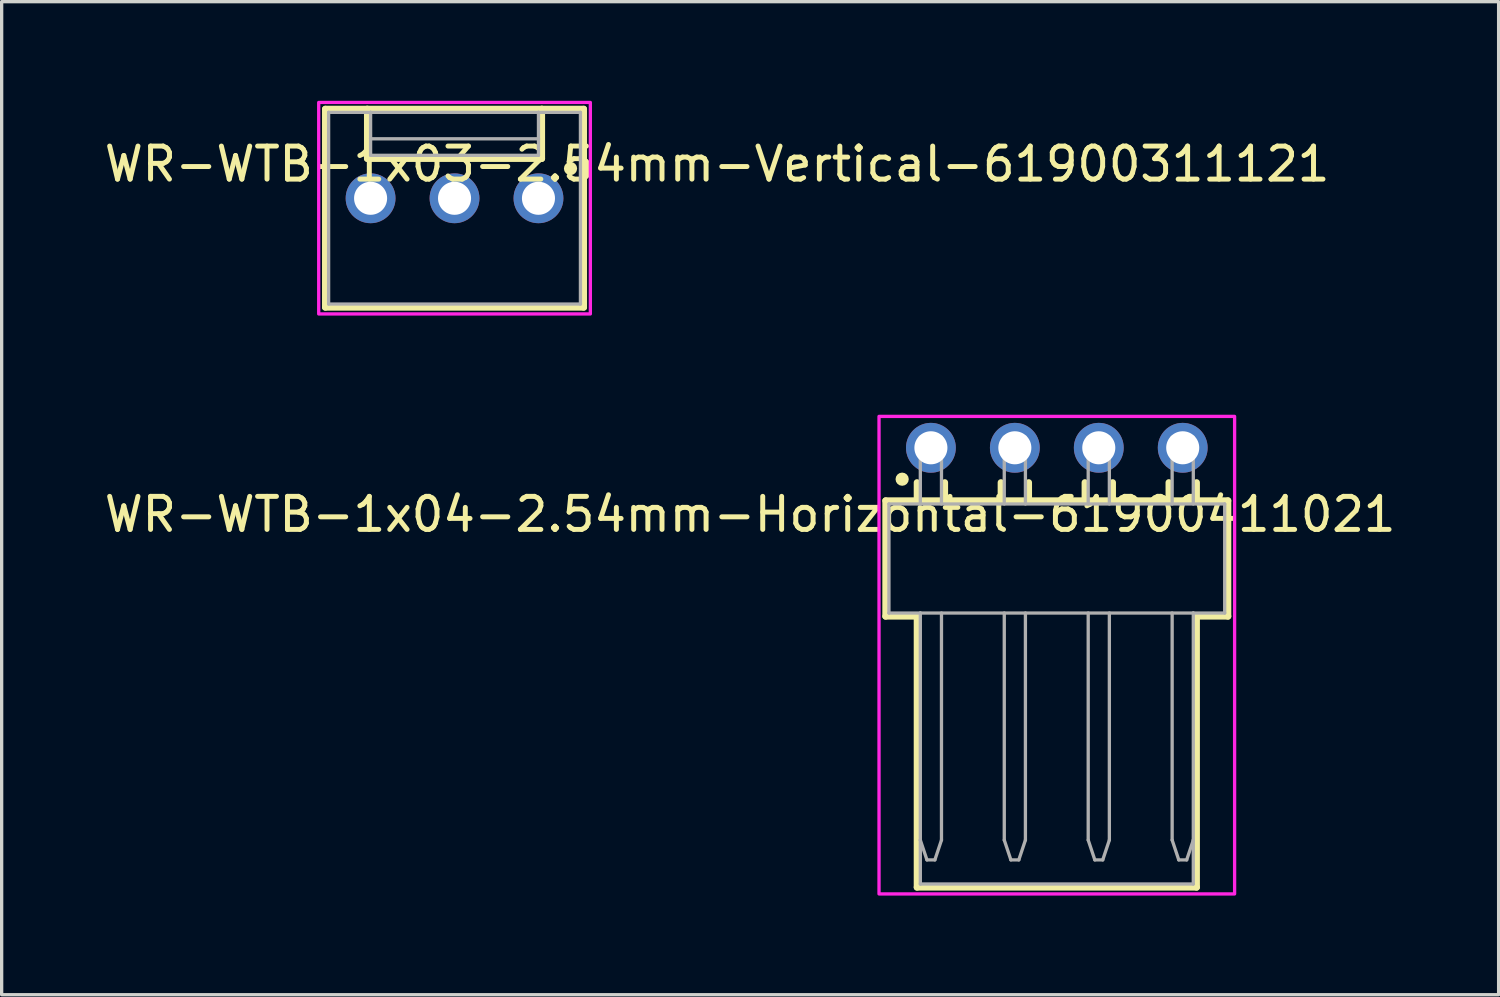
<source format=kicad_pcb>
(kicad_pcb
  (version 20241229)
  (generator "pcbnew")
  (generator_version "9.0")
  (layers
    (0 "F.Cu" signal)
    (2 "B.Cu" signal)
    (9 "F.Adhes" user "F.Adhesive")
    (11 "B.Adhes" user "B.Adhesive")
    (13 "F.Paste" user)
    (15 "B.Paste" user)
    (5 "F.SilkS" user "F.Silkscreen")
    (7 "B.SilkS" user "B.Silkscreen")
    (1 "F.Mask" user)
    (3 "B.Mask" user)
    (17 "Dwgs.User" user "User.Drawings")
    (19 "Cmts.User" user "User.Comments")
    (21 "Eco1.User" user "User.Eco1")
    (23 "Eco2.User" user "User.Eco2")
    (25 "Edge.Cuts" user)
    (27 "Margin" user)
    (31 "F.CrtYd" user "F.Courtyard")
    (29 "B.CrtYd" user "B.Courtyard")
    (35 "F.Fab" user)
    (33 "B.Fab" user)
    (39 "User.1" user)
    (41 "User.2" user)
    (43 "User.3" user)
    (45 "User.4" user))
  (footprint "WR-WTB-1x04-2.54mm-Horizontal-61900411021"
    (layer "F.Cu")
    (at 28.929 13.85)
    (property "Reference" "WR-WTB-1x04-2.54mm-Horizontal-61900411021" (at -9.28 -1.335 0) (layer "F.SilkS") (effects (font (size 1 1) (thickness 0.15))))
    (attr through_hole)
    (fp_line (start -5.18 -1.75) (end -4.23 -1.75) (stroke (width 0.2) (type solid)) (layer "F.SilkS"))
    (fp_line (start -5.18 1.75) (end -5.18 -1.75) (stroke (width 0.2) (type solid)) (layer "F.SilkS"))
    (fp_line (start -4.23 -2.3) (end -4.23 -1.75) (stroke (width 0.2) (type solid)) (layer "F.SilkS"))
    (fp_line (start -4.23 -1.75) (end -3.39 -1.75) (stroke (width 0.2) (type solid)) (layer "F.SilkS"))
    (fp_line (start -4.23 1.75) (end -5.18 1.75) (stroke (width 0.2) (type solid)) (layer "F.SilkS"))
    (fp_line (start -4.23 9.95) (end -4.23 1.75) (stroke (width 0.2) (type solid)) (layer "F.SilkS"))
    (fp_line (start -3.39 -2.3) (end -3.39 -1.75) (stroke (width 0.2) (type solid)) (layer "F.SilkS"))
    (fp_line (start -3.39 -1.75) (end 5.18 -1.75) (stroke (width 0.2) (type solid)) (layer "F.SilkS"))
    (fp_line (start -1.69 -2.3) (end -1.69 -1.75) (stroke (width 0.2) (type solid)) (layer "F.SilkS"))
    (fp_line (start -0.85 -2.3) (end -0.85 -1.75) (stroke (width 0.2) (type solid)) (layer "F.SilkS"))
    (fp_line (start 0.85 -2.3) (end 0.85 -1.75) (stroke (width 0.2) (type solid)) (layer "F.SilkS"))
    (fp_line (start 1.69 -2.3) (end 1.69 -1.75) (stroke (width 0.2) (type solid)) (layer "F.SilkS"))
    (fp_line (start 3.39 -2.3) (end 3.39 -1.75) (stroke (width 0.2) (type solid)) (layer "F.SilkS"))
    (fp_line (start 4.23 -2.3) (end 4.23 -1.75) (stroke (width 0.2) (type solid)) (layer "F.SilkS"))
    (fp_line (start 4.23 1.75) (end 4.23 9.95) (stroke (width 0.2) (type solid)) (layer "F.SilkS"))
    (fp_line (start 4.23 9.95) (end -4.23 9.95) (stroke (width 0.2) (type solid)) (layer "F.SilkS"))
    (fp_line (start 5.18 -1.75) (end 5.18 1.75) (stroke (width 0.2) (type solid)) (layer "F.SilkS"))
    (fp_line (start 5.18 1.75) (end 4.23 1.75) (stroke (width 0.2) (type solid)) (layer "F.SilkS"))
    (fp_circle (center -4.68 -2.4) (end -4.58 -2.4) (stroke (width 0.2) (type solid)) (fill no) (layer "F.SilkS"))
    (fp_poly (pts (xy -5.38 -4.3) (xy 5.38 -4.3) (xy 5.38 10.15) (xy -5.38 10.15)) (stroke (width 0.1) (type solid)) (fill no) (layer "F.CrtYd"))
    (fp_line (start -5.08 -1.65) (end 5.08 -1.65) (stroke (width 0.1) (type solid)) (layer "F.Fab"))
    (fp_line (start -5.08 1.65) (end -5.08 -1.65) (stroke (width 0.1) (type solid)) (layer "F.Fab"))
    (fp_line (start -5.08 1.65) (end -4.13 1.65) (stroke (width 0.1) (type solid)) (layer "F.Fab"))
    (fp_line (start -4.13 -3.67) (end -4.13 -1.65) (stroke (width 0.1) (type solid)) (layer "F.Fab"))
    (fp_line (start -4.13 -3.67) (end -3.49 -3.67) (stroke (width 0.1) (type solid)) (layer "F.Fab"))
    (fp_line (start -4.13 1.65) (end -4.13 8.52) (stroke (width 0.1) (type solid)) (layer "F.Fab"))
    (fp_line (start -4.13 1.65) (end 4.13 1.65) (stroke (width 0.1) (type solid)) (layer "F.Fab"))
    (fp_line (start -4.13 8.52) (end -3.93 9.12) (stroke (width 0.1) (type solid)) (layer "F.Fab"))
    (fp_line (start -4.13 9.85) (end -4.13 8.52) (stroke (width 0.1) (type solid)) (layer "F.Fab"))
    (fp_line (start -3.93 9.12) (end -3.69 9.12) (stroke (width 0.1) (type solid)) (layer "F.Fab"))
    (fp_line (start -3.69 9.12) (end -3.49 8.52) (stroke (width 0.1) (type solid)) (layer "F.Fab"))
    (fp_line (start -3.49 -3.67) (end -3.49 -1.65) (stroke (width 0.1) (type solid)) (layer "F.Fab"))
    (fp_line (start -3.49 8.52) (end -3.49 1.65) (stroke (width 0.1) (type solid)) (layer "F.Fab"))
    (fp_line (start -1.59 -3.67) (end -1.59 -1.65) (stroke (width 0.1) (type solid)) (layer "F.Fab"))
    (fp_line (start -1.59 -3.67) (end -0.95 -3.67) (stroke (width 0.1) (type solid)) (layer "F.Fab"))
    (fp_line (start -1.59 1.65) (end -1.59 8.52) (stroke (width 0.1) (type solid)) (layer "F.Fab"))
    (fp_line (start -1.59 8.52) (end -1.39 9.12) (stroke (width 0.1) (type solid)) (layer "F.Fab"))
    (fp_line (start -1.39 9.12) (end -1.15 9.12) (stroke (width 0.1) (type solid)) (layer "F.Fab"))
    (fp_line (start -1.15 9.12) (end -0.95 8.52) (stroke (width 0.1) (type solid)) (layer "F.Fab"))
    (fp_line (start -0.95 -3.67) (end -0.95 -1.65) (stroke (width 0.1) (type solid)) (layer "F.Fab"))
    (fp_line (start -0.95 8.52) (end -0.95 1.65) (stroke (width 0.1) (type solid)) (layer "F.Fab"))
    (fp_line (start 0.95 -3.67) (end 0.95 -1.65) (stroke (width 0.1) (type solid)) (layer "F.Fab"))
    (fp_line (start 0.95 -3.67) (end 1.59 -3.67) (stroke (width 0.1) (type solid)) (layer "F.Fab"))
    (fp_line (start 0.95 1.65) (end 0.95 8.52) (stroke (width 0.1) (type solid)) (layer "F.Fab"))
    (fp_line (start 0.95 8.52) (end 1.15 9.12) (stroke (width 0.1) (type solid)) (layer "F.Fab"))
    (fp_line (start 1.15 9.12) (end 1.39 9.12) (stroke (width 0.1) (type solid)) (layer "F.Fab"))
    (fp_line (start 1.39 9.12) (end 1.59 8.52) (stroke (width 0.1) (type solid)) (layer "F.Fab"))
    (fp_line (start 1.59 -3.67) (end 1.59 -1.65) (stroke (width 0.1) (type solid)) (layer "F.Fab"))
    (fp_line (start 1.59 8.52) (end 1.59 1.65) (stroke (width 0.1) (type solid)) (layer "F.Fab"))
    (fp_line (start 3.49 -3.67) (end 3.49 -1.65) (stroke (width 0.1) (type solid)) (layer "F.Fab"))
    (fp_line (start 3.49 -3.67) (end 4.13 -3.67) (stroke (width 0.1) (type solid)) (layer "F.Fab"))
    (fp_line (start 3.49 1.65) (end 3.49 8.52) (stroke (width 0.1) (type solid)) (layer "F.Fab"))
    (fp_line (start 3.49 8.52) (end 3.69 9.12) (stroke (width 0.1) (type solid)) (layer "F.Fab"))
    (fp_line (start 3.69 9.12) (end 3.93 9.12) (stroke (width 0.1) (type solid)) (layer "F.Fab"))
    (fp_line (start 3.93 9.12) (end 4.13 8.52) (stroke (width 0.1) (type solid)) (layer "F.Fab"))
    (fp_line (start 4.13 -3.67) (end 4.13 -1.65) (stroke (width 0.1) (type solid)) (layer "F.Fab"))
    (fp_line (start 4.13 1.65) (end 5.08 1.65) (stroke (width 0.1) (type solid)) (layer "F.Fab"))
    (fp_line (start 4.13 8.52) (end 4.13 1.65) (stroke (width 0.1) (type solid)) (layer "F.Fab"))
    (fp_line (start 4.13 9.85) (end -4.13 9.85) (stroke (width 0.1) (type solid)) (layer "F.Fab"))
    (fp_line (start 4.13 9.85) (end 4.13 8.52) (stroke (width 0.1) (type solid)) (layer "F.Fab"))
    (fp_line (start 5.08 -1.65) (end 5.08 1.65) (stroke (width 0.1) (type solid)) (layer "F.Fab"))
    (pad "1" thru_hole circle (at -3.81 -3.35) (size 1.508 1.508) (drill 1) (layers "*.Cu" "*.Mask"))
    (pad "2" thru_hole circle (at -1.27 -3.35) (size 1.508 1.508) (drill 1) (layers "*.Cu" "*.Mask"))
    (pad "3" thru_hole circle (at 1.27 -3.35) (size 1.508 1.508) (drill 1) (layers "*.Cu" "*.Mask"))
    (pad "4" thru_hole circle (at 3.81 -3.35) (size 1.508 1.508) (drill 1) (layers "*.Cu" "*.Mask")))
  (footprint "WR-WTB-1x03-2.54mm-Vertical-61900311121"
    (layer "F.Cu")
    (at 10.704 3.25)
    (property "Reference" "WR-WTB-1x03-2.54mm-Vertical-61900311121" (at 7.945 -1.335 0) (layer "F.SilkS") (effects (font (size 1 1) (thickness 0.15))))
    (attr through_hole)
    (fp_line (start -3.91 -3) (end -2.64 -3) (stroke (width 0.2) (type solid)) (layer "F.SilkS"))
    (fp_line (start -3.91 3) (end -3.91 -3) (stroke (width 0.2) (type solid)) (layer "F.SilkS"))
    (fp_line (start -2.64 -3) (end -2.64 -1.5) (stroke (width 0.2) (type solid)) (layer "F.SilkS"))
    (fp_line (start -2.64 -3) (end 2.64 -3) (stroke (width 0.2) (type solid)) (layer "F.SilkS"))
    (fp_line (start -2.64 -1.5) (end 2.64 -1.5) (stroke (width 0.2) (type solid)) (layer "F.SilkS"))
    (fp_line (start 2.64 -3) (end 3.91 -3) (stroke (width 0.2) (type solid)) (layer "F.SilkS"))
    (fp_line (start 2.64 -1.5) (end 2.64 -3) (stroke (width 0.2) (type solid)) (layer "F.SilkS"))
    (fp_line (start 3.91 -3) (end 3.91 3) (stroke (width 0.2) (type solid)) (layer "F.SilkS"))
    (fp_line (start 3.91 3) (end -3.91 3) (stroke (width 0.2) (type solid)) (layer "F.SilkS"))
    (fp_circle (center 3.51 -1.2) (end 3.61 -1.2) (stroke (width 0.2) (type solid)) (fill no) (layer "F.SilkS"))
    (fp_poly (pts (xy -4.11 -3.2) (xy 4.11 -3.2) (xy 4.11 3.2) (xy -4.11 3.2)) (stroke (width 0.1) (type solid)) (fill no) (layer "F.CrtYd"))
    (fp_line (start -3.81 -2.9) (end -2.54 -2.9) (stroke (width 0.1) (type solid)) (layer "F.Fab"))
    (fp_line (start -3.81 2.9) (end -3.81 -2.9) (stroke (width 0.1) (type solid)) (layer "F.Fab"))
    (fp_line (start -2.54 -2.9) (end -2.54 -2.1) (stroke (width 0.1) (type solid)) (layer "F.Fab"))
    (fp_line (start -2.54 -2.9) (end 2.54 -2.9) (stroke (width 0.1) (type solid)) (layer "F.Fab"))
    (fp_line (start -2.54 -2.1) (end 2.54 -2.1) (stroke (width 0.1) (type solid)) (layer "F.Fab"))
    (fp_line (start -2.54 -1.6) (end -2.54 -2.1) (stroke (width 0.1) (type solid)) (layer "F.Fab"))
    (fp_line (start 2.54 -2.9) (end 3.81 -2.9) (stroke (width 0.1) (type solid)) (layer "F.Fab"))
    (fp_line (start 2.54 -2.1) (end 2.54 -2.9) (stroke (width 0.1) (type solid)) (layer "F.Fab"))
    (fp_line (start 2.54 -1.6) (end -2.54 -1.6) (stroke (width 0.1) (type solid)) (layer "F.Fab"))
    (fp_line (start 2.54 -1.6) (end 2.54 -2.1) (stroke (width 0.1) (type solid)) (layer "F.Fab"))
    (fp_line (start 3.81 -2.9) (end 3.81 2.9) (stroke (width 0.1) (type solid)) (layer "F.Fab"))
    (fp_line (start 3.81 2.9) (end -3.81 2.9) (stroke (width 0.1) (type solid)) (layer "F.Fab"))
    (pad "1" thru_hole circle (at 2.54 -0.3) (size 1.508 1.508) (drill 1) (layers "*.Cu" "*.Mask"))
    (pad "2" thru_hole circle (at 0 -0.3) (size 1.508 1.508) (drill 1) (layers "*.Cu" "*.Mask"))
    (pad "3" thru_hole circle (at -2.54 -0.3) (size 1.508 1.508) (drill 1) (layers "*.Cu" "*.Mask")))
  (gr_rect
    (start -3 -3)
    (end 42.298 27.05)
    (stroke (width 0.1) (type default))
    (fill no)
    (layer "Edge.Cuts")))
</source>
